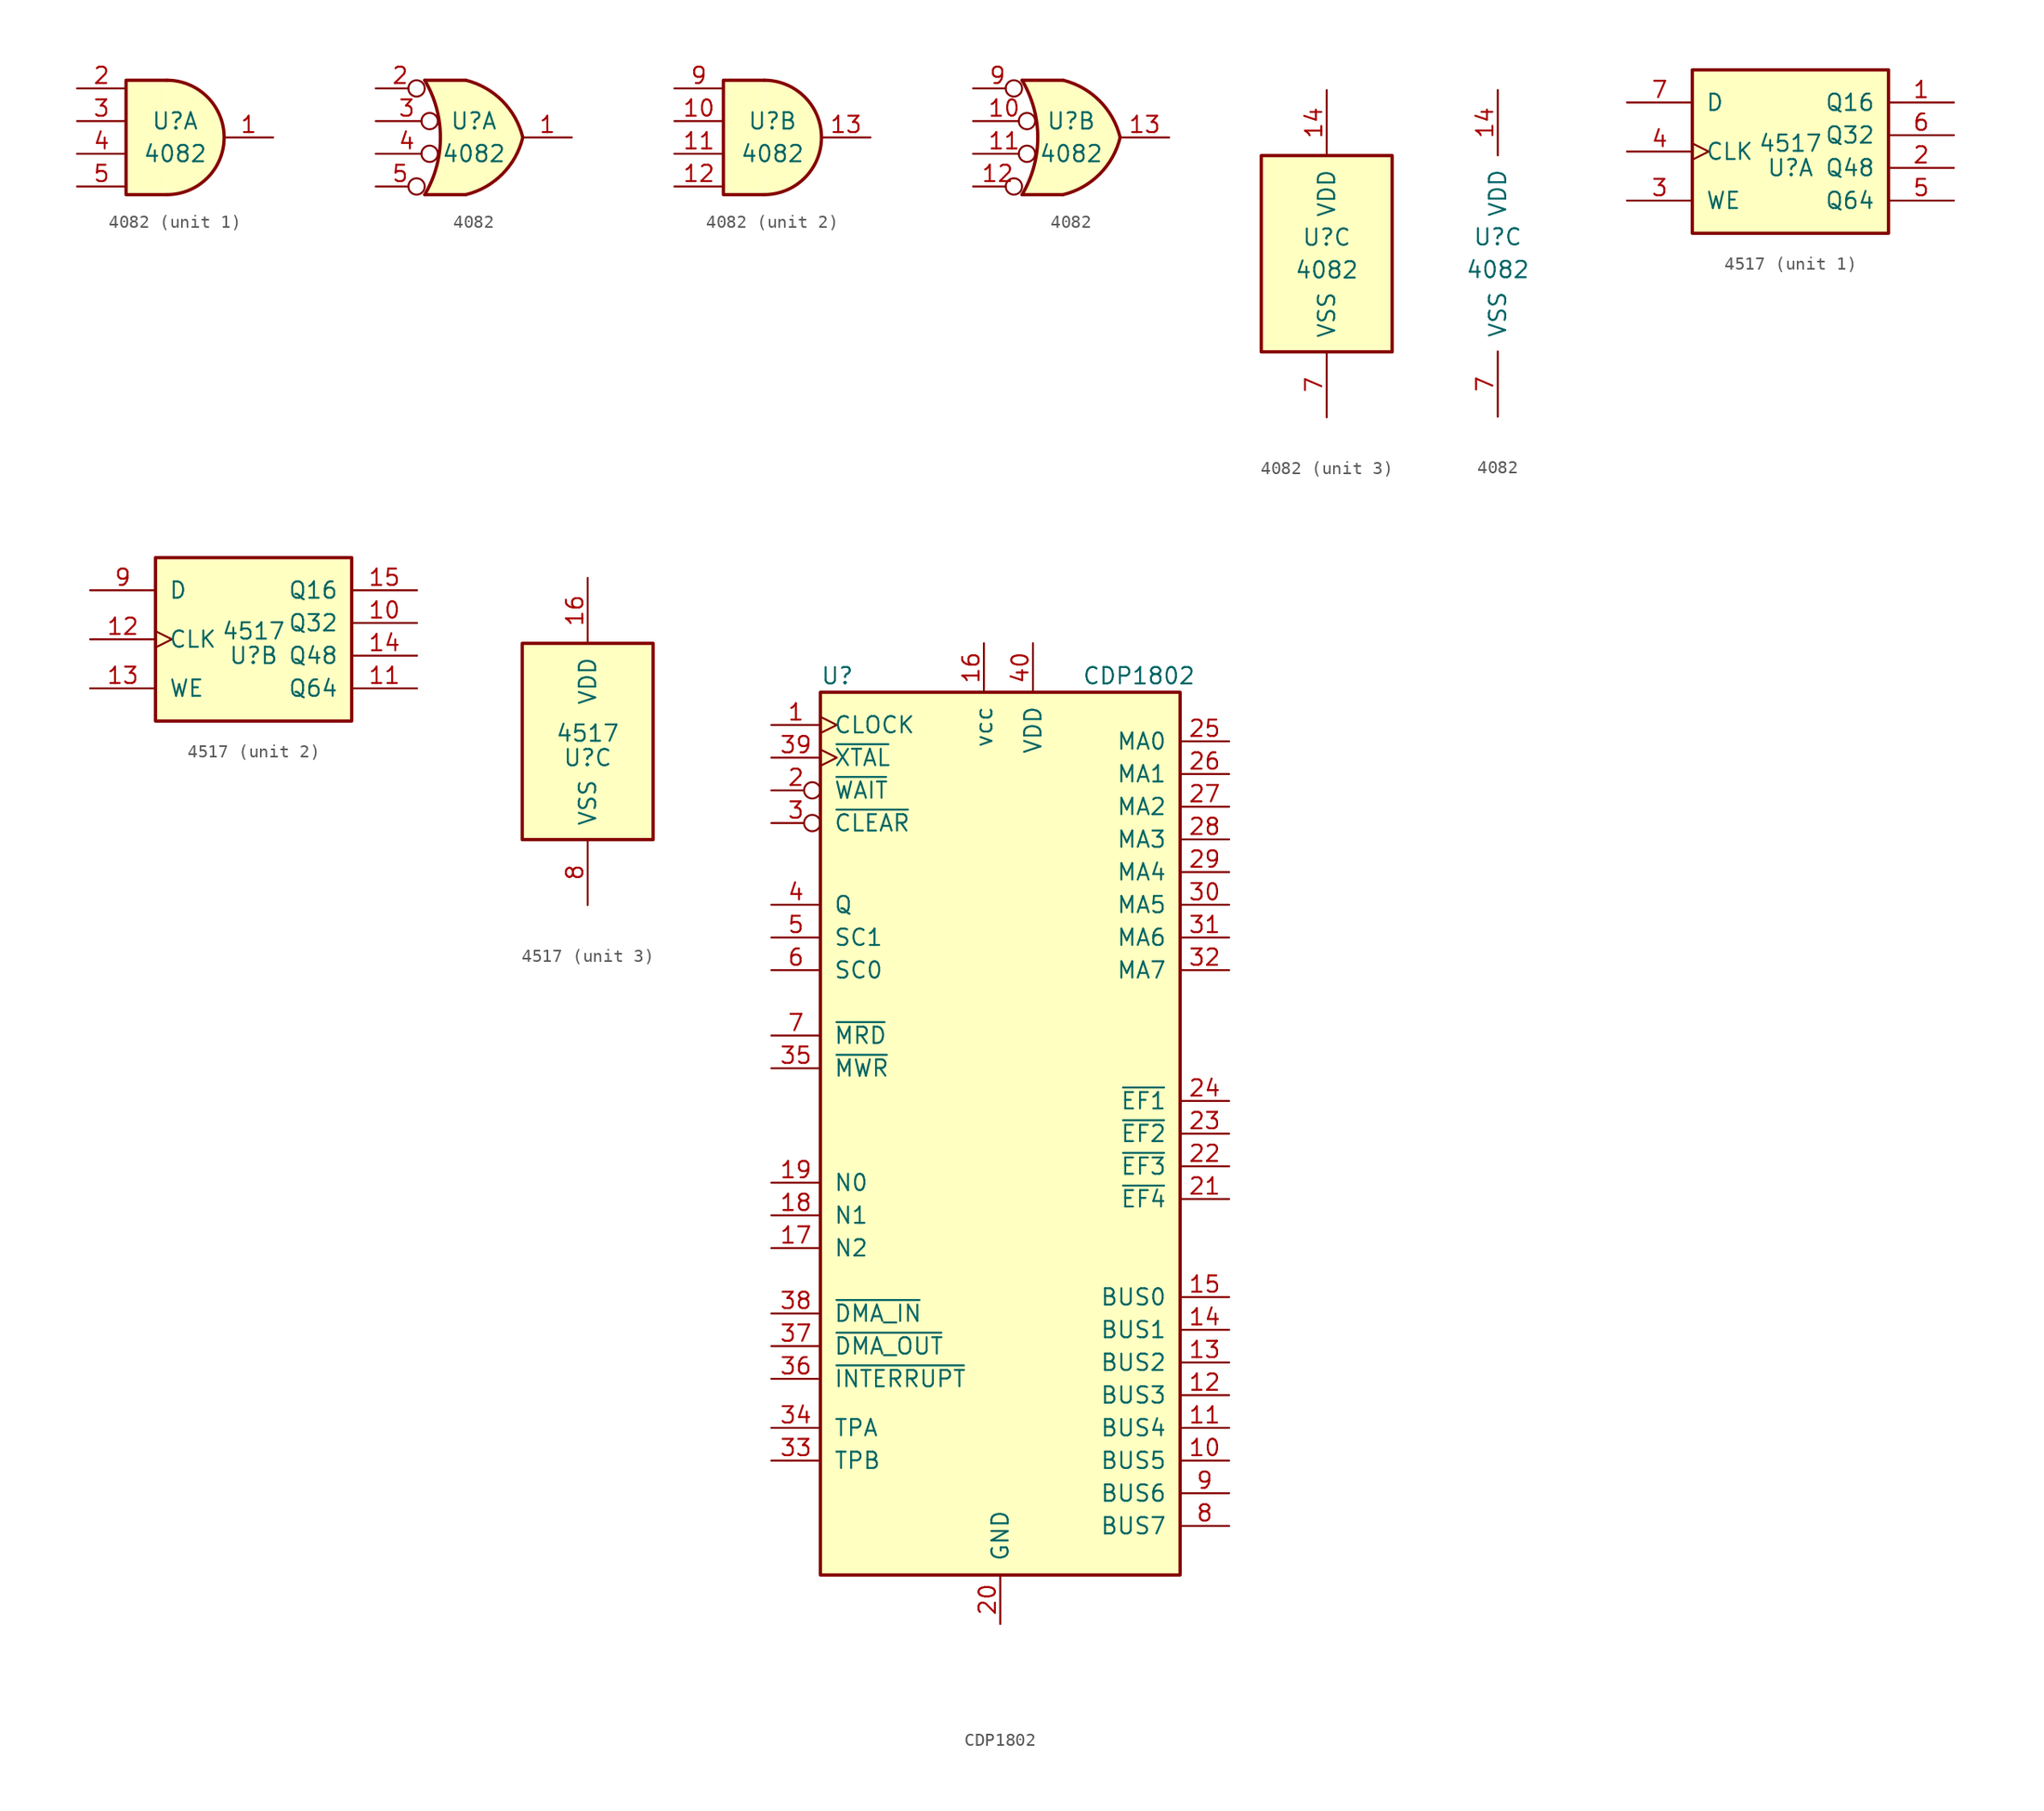
<source format=kicad_sym>
(kicad_symbol_lib
  (version 20211014)
  (generator kicad_symbol_editor)
  (symbol "4082"
    (pin_names
      (offset 1.016))
    (property "Reference" "U"
      (at 0 1.27 0)
      (effects (font (size 1.27 1.27))))
    (property "Value" "4082"
      (at 0 -1.27 0)
      (effects (font (size 1.27 1.27))))
    (property "ki_locked" ""
      (at 0 0 0)
      (effects (font (size 1.27 1.27))))
    (symbol "4082_1_1"
      (arc (start -0.635 -4.445) (mid 3.81 0) (end -0.635 4.445) (stroke (width 0.254) (type default) (color 0 0 0 0)) (fill (type background)))
      (polyline (pts (xy -0.635 4.445) (xy -3.81 4.445) (xy -3.81 -4.445) (xy -0.635 -4.445)) (stroke (width 0.254) (type default) (color 0 0 0 0)) (fill (type background)))
      (pin output line (at 7.62 0 180) (length 3.81) (name "~" (effects (font (size 1.27 1.27)))) (number "1" (effects (font (size 1.27 1.27)))))
      (pin input line (at -7.62 3.81 0) (length 3.81) (name "~" (effects (font (size 1.27 1.27)))) (number "2" (effects (font (size 1.27 1.27)))))
      (pin input line (at -7.62 1.27 0) (length 3.81) (name "~" (effects (font (size 1.27 1.27)))) (number "3" (effects (font (size 1.27 1.27)))))
      (pin input line (at -7.62 -1.27 0) (length 3.81) (name "~" (effects (font (size 1.27 1.27)))) (number "4" (effects (font (size 1.27 1.27)))))
      (pin input line (at -7.62 -3.81 0) (length 3.81) (name "~" (effects (font (size 1.27 1.27)))) (number "5" (effects (font (size 1.27 1.27))))))
    (symbol "4082_1_2"
      (arc (start -3.81 -4.445) (mid -2.5908 0) (end -3.81 4.445) (stroke (width 0.254) (type default) (color 0 0 0 0)) (fill (type none)))
      (arc (start -0.6096 -4.445) (mid 2.2246 -2.8422) (end 3.81 0) (stroke (width 0.254) (type default) (color 0 0 0 0)) (fill (type background)))
      (polyline (pts (xy -3.81 -4.445) (xy -0.635 -4.445)) (stroke (width 0.254) (type default) (color 0 0 0 0)) (fill (type background)))
      (polyline (pts (xy -3.81 4.445) (xy -0.635 4.445)) (stroke (width 0.254) (type default) (color 0 0 0 0)) (fill (type background)))
      (polyline (pts (xy -0.635 4.445) (xy -3.81 4.445) (xy -3.81 4.445) (xy -3.632 4.089) (xy -3.099 2.921) (xy -2.769 1.676) (xy -2.616 0.432) (xy -2.642 -0.864) (xy -2.87 -2.108) (xy -3.251 -3.327) (xy -3.81 -4.445) (xy -3.81 -4.445) (xy -0.635 -4.445)) (stroke (width -25.4) (type default) (color 0 0 0 0)) (fill (type background)))
      (arc (start 3.81 0) (mid 2.2204 2.8379) (end -0.6096 4.445) (stroke (width 0.254) (type default) (color 0 0 0 0)) (fill (type background)))
      (pin output line (at 7.62 0 180) (length 3.81) (name "~" (effects (font (size 1.27 1.27)))) (number "1" (effects (font (size 1.27 1.27)))))
      (pin input inverted (at -7.62 3.81 0) (length 3.81) (name "~" (effects (font (size 1.27 1.27)))) (number "2" (effects (font (size 1.27 1.27)))))
      (pin input inverted (at -7.62 1.27 0) (length 4.826) (name "~" (effects (font (size 1.27 1.27)))) (number "3" (effects (font (size 1.27 1.27)))))
      (pin input inverted (at -7.62 -1.27 0) (length 4.826) (name "~" (effects (font (size 1.27 1.27)))) (number "4" (effects (font (size 1.27 1.27)))))
      (pin input inverted (at -7.62 -3.81 0) (length 3.81) (name "~" (effects (font (size 1.27 1.27)))) (number "5" (effects (font (size 1.27 1.27))))))
    (symbol "4082_2_1"
      (arc (start -0.635 -4.445) (mid 3.81 0) (end -0.635 4.445) (stroke (width 0.254) (type default) (color 0 0 0 0)) (fill (type background)))
      (polyline (pts (xy -0.635 4.445) (xy -3.81 4.445) (xy -3.81 -4.445) (xy -0.635 -4.445)) (stroke (width 0.254) (type default) (color 0 0 0 0)) (fill (type background)))
      (pin input line (at -7.62 1.27 0) (length 3.81) (name "~" (effects (font (size 1.27 1.27)))) (number "10" (effects (font (size 1.27 1.27)))))
      (pin input line (at -7.62 -1.27 0) (length 3.81) (name "~" (effects (font (size 1.27 1.27)))) (number "11" (effects (font (size 1.27 1.27)))))
      (pin input line (at -7.62 -3.81 0) (length 3.81) (name "~" (effects (font (size 1.27 1.27)))) (number "12" (effects (font (size 1.27 1.27)))))
      (pin output line (at 7.62 0 180) (length 3.81) (name "~" (effects (font (size 1.27 1.27)))) (number "13" (effects (font (size 1.27 1.27)))))
      (pin input line (at -7.62 3.81 0) (length 3.81) (name "~" (effects (font (size 1.27 1.27)))) (number "9" (effects (font (size 1.27 1.27))))))
    (symbol "4082_2_2"
      (arc (start -3.81 -4.445) (mid -2.5908 0) (end -3.81 4.445) (stroke (width 0.254) (type default) (color 0 0 0 0)) (fill (type none)))
      (arc (start -0.6096 -4.445) (mid 2.2246 -2.8422) (end 3.81 0) (stroke (width 0.254) (type default) (color 0 0 0 0)) (fill (type background)))
      (polyline (pts (xy -3.81 -4.445) (xy -0.635 -4.445)) (stroke (width 0.254) (type default) (color 0 0 0 0)) (fill (type background)))
      (polyline (pts (xy -3.81 4.445) (xy -0.635 4.445)) (stroke (width 0.254) (type default) (color 0 0 0 0)) (fill (type background)))
      (polyline (pts (xy -0.635 4.445) (xy -3.81 4.445) (xy -3.81 4.445) (xy -3.632 4.089) (xy -3.099 2.921) (xy -2.769 1.676) (xy -2.616 0.432) (xy -2.642 -0.864) (xy -2.87 -2.108) (xy -3.251 -3.327) (xy -3.81 -4.445) (xy -3.81 -4.445) (xy -0.635 -4.445)) (stroke (width -25.4) (type default) (color 0 0 0 0)) (fill (type background)))
      (arc (start 3.81 0) (mid 2.2204 2.8379) (end -0.6096 4.445) (stroke (width 0.254) (type default) (color 0 0 0 0)) (fill (type background)))
      (pin input inverted (at -7.62 1.27 0) (length 4.826) (name "~" (effects (font (size 1.27 1.27)))) (number "10" (effects (font (size 1.27 1.27)))))
      (pin input inverted (at -7.62 -1.27 0) (length 4.826) (name "~" (effects (font (size 1.27 1.27)))) (number "11" (effects (font (size 1.27 1.27)))))
      (pin input inverted (at -7.62 -3.81 0) (length 3.81) (name "~" (effects (font (size 1.27 1.27)))) (number "12" (effects (font (size 1.27 1.27)))))
      (pin output line (at 7.62 0 180) (length 3.81) (name "~" (effects (font (size 1.27 1.27)))) (number "13" (effects (font (size 1.27 1.27)))))
      (pin input inverted (at -7.62 3.81 0) (length 3.81) (name "~" (effects (font (size 1.27 1.27)))) (number "9" (effects (font (size 1.27 1.27))))))
    (symbol "4082_3_0"
      (pin power_in line (at 0 12.7 270) (length 5.08) (name "VDD" (effects (font (size 1.27 1.27)))) (number "14" (effects (font (size 1.27 1.27)))))
      (pin power_in line (at 0 -12.7 90) (length 5.08) (name "VSS" (effects (font (size 1.27 1.27)))) (number "7" (effects (font (size 1.27 1.27))))))
    (symbol "4082_3_1"
      (rectangle (start -5.08 7.62) (end 5.08 -7.62) (stroke (width 0.254) (type default) (color 0 0 0 0)) (fill (type background)))))
  (symbol "4517"
    (pin_names
      (offset 1.016))
    (property "Reference" "U"
      (at 0 -1.27 0)
      (effects (font (size 1.27 1.27))))
    (property "Value" "4517"
      (at 0 0.635 0)
      (effects (font (size 1.27 1.27))))
    (property "ki_locked" ""
      (at 0 0 0)
      (effects (font (size 1.27 1.27))))
    (symbol "4517_1_0"
      (pin output line (at 12.7 3.81 180) (length 5.08) (name "Q16" (effects (font (size 1.27 1.27)))) (number "1" (effects (font (size 1.27 1.27)))))
      (pin output line (at 12.7 -1.27 180) (length 5.08) (name "Q48" (effects (font (size 1.27 1.27)))) (number "2" (effects (font (size 1.27 1.27)))))
      (pin input line (at -12.7 -3.81 0) (length 5.08) (name "WE" (effects (font (size 1.27 1.27)))) (number "3" (effects (font (size 1.27 1.27)))))
      (pin input clock (at -12.7 0 0) (length 5.08) (name "CLK" (effects (font (size 1.27 1.27)))) (number "4" (effects (font (size 1.27 1.27)))))
      (pin output line (at 12.7 -3.81 180) (length 5.08) (name "Q64" (effects (font (size 1.27 1.27)))) (number "5" (effects (font (size 1.27 1.27)))))
      (pin output line (at 12.7 1.27 180) (length 5.08) (name "Q32" (effects (font (size 1.27 1.27)))) (number "6" (effects (font (size 1.27 1.27)))))
      (pin input line (at -12.7 3.81 0) (length 5.08) (name "D" (effects (font (size 1.27 1.27)))) (number "7" (effects (font (size 1.27 1.27))))))
    (symbol "4517_1_1"
      (rectangle (start -7.62 6.35) (end 7.62 -6.35) (stroke (width 0.254) (type default) (color 0 0 0 0)) (fill (type background))))
    (symbol "4517_2_0"
      (pin output line (at 12.7 1.27 180) (length 5.08) (name "Q32" (effects (font (size 1.27 1.27)))) (number "10" (effects (font (size 1.27 1.27)))))
      (pin output line (at 12.7 -3.81 180) (length 5.08) (name "Q64" (effects (font (size 1.27 1.27)))) (number "11" (effects (font (size 1.27 1.27)))))
      (pin input clock (at -12.7 0 0) (length 5.08) (name "CLK" (effects (font (size 1.27 1.27)))) (number "12" (effects (font (size 1.27 1.27)))))
      (pin input line (at -12.7 -3.81 0) (length 5.08) (name "WE" (effects (font (size 1.27 1.27)))) (number "13" (effects (font (size 1.27 1.27)))))
      (pin output line (at 12.7 -1.27 180) (length 5.08) (name "Q48" (effects (font (size 1.27 1.27)))) (number "14" (effects (font (size 1.27 1.27)))))
      (pin output line (at 12.7 3.81 180) (length 5.08) (name "Q16" (effects (font (size 1.27 1.27)))) (number "15" (effects (font (size 1.27 1.27)))))
      (pin input line (at -12.7 3.81 0) (length 5.08) (name "D" (effects (font (size 1.27 1.27)))) (number "9" (effects (font (size 1.27 1.27))))))
    (symbol "4517_2_1"
      (rectangle (start -7.62 6.35) (end 7.62 -6.35) (stroke (width 0.254) (type default) (color 0 0 0 0)) (fill (type background))))
    (symbol "4517_3_0"
      (pin power_in line (at 0 12.7 270) (length 5.08) (name "VDD" (effects (font (size 1.27 1.27)))) (number "16" (effects (font (size 1.27 1.27)))))
      (pin power_in line (at 0 -12.7 90) (length 5.08) (name "VSS" (effects (font (size 1.27 1.27)))) (number "8" (effects (font (size 1.27 1.27))))))
    (symbol "4517_3_1"
      (rectangle (start -5.08 7.62) (end 5.08 -7.62) (stroke (width 0.254) (type default) (color 0 0 0 0)) (fill (type background)))))
  (symbol "CDP1802"
    (pin_names
      (offset 1.016))
    (property "Reference" "U"
      (at -13.97 35.56 0)
      (effects (font (size 1.27 1.27)) (justify left)))
    (property "Value" "CDP1802"
      (at 6.35 35.56 0)
      (effects (font (size 1.27 1.27)) (justify left)))
    (symbol "CDP1802_0_1"
      (rectangle (start -13.97 34.29) (end 13.97 -34.29) (stroke (width 0.254) (type default) (color 0 0 0 0)) (fill (type background))))
    (symbol "CDP1802_1_1"
      (pin input clock (at -17.78 31.75 0) (length 3.81) (name "CLOCK" (effects (font (size 1.27 1.27)))) (number "1" (effects (font (size 1.27 1.27)))))
      (pin bidirectional line (at 17.78 -25.4 180) (length 3.81) (name "BUS5" (effects (font (size 1.27 1.27)))) (number "10" (effects (font (size 1.27 1.27)))))
      (pin bidirectional line (at 17.78 -22.86 180) (length 3.81) (name "BUS4" (effects (font (size 1.27 1.27)))) (number "11" (effects (font (size 1.27 1.27)))))
      (pin bidirectional line (at 17.78 -20.32 180) (length 3.81) (name "BUS3" (effects (font (size 1.27 1.27)))) (number "12" (effects (font (size 1.27 1.27)))))
      (pin bidirectional line (at 17.78 -17.78 180) (length 3.81) (name "BUS2" (effects (font (size 1.27 1.27)))) (number "13" (effects (font (size 1.27 1.27)))))
      (pin bidirectional line (at 17.78 -15.24 180) (length 3.81) (name "BUS1" (effects (font (size 1.27 1.27)))) (number "14" (effects (font (size 1.27 1.27)))))
      (pin bidirectional line (at 17.78 -12.7 180) (length 3.81) (name "BUS0" (effects (font (size 1.27 1.27)))) (number "15" (effects (font (size 1.27 1.27)))))
      (pin power_in line (at -1.27 38.1 270) (length 3.81) (name "vcc" (effects (font (size 1.27 1.27)))) (number "16" (effects (font (size 1.27 1.27)))))
      (pin output line (at -17.78 -8.89 0) (length 3.81) (name "N2" (effects (font (size 1.27 1.27)))) (number "17" (effects (font (size 1.27 1.27)))))
      (pin output line (at -17.78 -6.35 0) (length 3.81) (name "N1" (effects (font (size 1.27 1.27)))) (number "18" (effects (font (size 1.27 1.27)))))
      (pin output line (at -17.78 -3.81 0) (length 3.81) (name "N0" (effects (font (size 1.27 1.27)))) (number "19" (effects (font (size 1.27 1.27)))))
      (pin input inverted (at -17.78 26.67 0) (length 3.81) (name "~{WAIT}" (effects (font (size 1.27 1.27)))) (number "2" (effects (font (size 1.27 1.27)))))
      (pin power_in line (at 0 -38.1 90) (length 3.81) (name "GND" (effects (font (size 1.27 1.27)))) (number "20" (effects (font (size 1.27 1.27)))))
      (pin output line (at 17.78 -5.08 180) (length 3.81) (name "~{EF4}" (effects (font (size 1.27 1.27)))) (number "21" (effects (font (size 1.27 1.27)))))
      (pin output line (at 17.78 -2.54 180) (length 3.81) (name "~{EF3}" (effects (font (size 1.27 1.27)))) (number "22" (effects (font (size 1.27 1.27)))))
      (pin output line (at 17.78 0 180) (length 3.81) (name "~{EF2}" (effects (font (size 1.27 1.27)))) (number "23" (effects (font (size 1.27 1.27)))))
      (pin input line (at 17.78 2.54 180) (length 3.81) (name "~{EF1}" (effects (font (size 1.27 1.27)))) (number "24" (effects (font (size 1.27 1.27)))))
      (pin output line (at 17.78 30.48 180) (length 3.81) (name "MA0" (effects (font (size 1.27 1.27)))) (number "25" (effects (font (size 1.27 1.27)))))
      (pin output line (at 17.78 27.94 180) (length 3.81) (name "MA1" (effects (font (size 1.27 1.27)))) (number "26" (effects (font (size 1.27 1.27)))))
      (pin output line (at 17.78 25.4 180) (length 3.81) (name "MA2" (effects (font (size 1.27 1.27)))) (number "27" (effects (font (size 1.27 1.27)))))
      (pin output line (at 17.78 22.86 180) (length 3.81) (name "MA3" (effects (font (size 1.27 1.27)))) (number "28" (effects (font (size 1.27 1.27)))))
      (pin output line (at 17.78 20.32 180) (length 3.81) (name "MA4" (effects (font (size 1.27 1.27)))) (number "29" (effects (font (size 1.27 1.27)))))
      (pin input inverted (at -17.78 24.13 0) (length 3.81) (name "~{CLEAR}" (effects (font (size 1.27 1.27)))) (number "3" (effects (font (size 1.27 1.27)))))
      (pin output line (at 17.78 17.78 180) (length 3.81) (name "MA5" (effects (font (size 1.27 1.27)))) (number "30" (effects (font (size 1.27 1.27)))))
      (pin output line (at 17.78 15.24 180) (length 3.81) (name "MA6" (effects (font (size 1.27 1.27)))) (number "31" (effects (font (size 1.27 1.27)))))
      (pin output line (at 17.78 12.7 180) (length 3.81) (name "MA7" (effects (font (size 1.27 1.27)))) (number "32" (effects (font (size 1.27 1.27)))))
      (pin input line (at -17.78 -25.4 0) (length 3.81) (name "TPB" (effects (font (size 1.27 1.27)))) (number "33" (effects (font (size 1.27 1.27)))))
      (pin output line (at -17.78 -22.86 0) (length 3.81) (name "TPA" (effects (font (size 1.27 1.27)))) (number "34" (effects (font (size 1.27 1.27)))))
      (pin output line (at -17.78 5.08 0) (length 3.81) (name "~{MWR}" (effects (font (size 1.27 1.27)))) (number "35" (effects (font (size 1.27 1.27)))))
      (pin input line (at -17.78 -19.05 0) (length 3.81) (name "~{INTERRUPT}" (effects (font (size 1.27 1.27)))) (number "36" (effects (font (size 1.27 1.27)))))
      (pin input line (at -17.78 -16.51 0) (length 3.81) (name "~{DMA_OUT}" (effects (font (size 1.27 1.27)))) (number "37" (effects (font (size 1.27 1.27)))))
      (pin input line (at -17.78 -13.97 0) (length 3.81) (name "~{DMA_IN}" (effects (font (size 1.27 1.27)))) (number "38" (effects (font (size 1.27 1.27)))))
      (pin input clock (at -17.78 29.21 0) (length 3.81) (name "~{XTAL}" (effects (font (size 1.27 1.27)))) (number "39" (effects (font (size 1.27 1.27)))))
      (pin output line (at -17.78 17.78 0) (length 3.81) (name "Q" (effects (font (size 1.27 1.27)))) (number "4" (effects (font (size 1.27 1.27)))))
      (pin power_in line (at 2.54 38.1 270) (length 3.81) (name "VDD" (effects (font (size 1.27 1.27)))) (number "40" (effects (font (size 1.27 1.27)))))
      (pin input line (at -17.78 15.24 0) (length 3.81) (name "SC1" (effects (font (size 1.27 1.27)))) (number "5" (effects (font (size 1.27 1.27)))))
      (pin input line (at -17.78 12.7 0) (length 3.81) (name "SC0" (effects (font (size 1.27 1.27)))) (number "6" (effects (font (size 1.27 1.27)))))
      (pin output line (at -17.78 7.62 0) (length 3.81) (name "~{MRD}" (effects (font (size 1.27 1.27)))) (number "7" (effects (font (size 1.27 1.27)))))
      (pin bidirectional line (at 17.78 -30.48 180) (length 3.81) (name "BUS7" (effects (font (size 1.27 1.27)))) (number "8" (effects (font (size 1.27 1.27)))))
      (pin bidirectional line (at 17.78 -27.94 180) (length 3.81) (name "BUS6" (effects (font (size 1.27 1.27)))) (number "9" (effects (font (size 1.27 1.27))))))))
</source>
